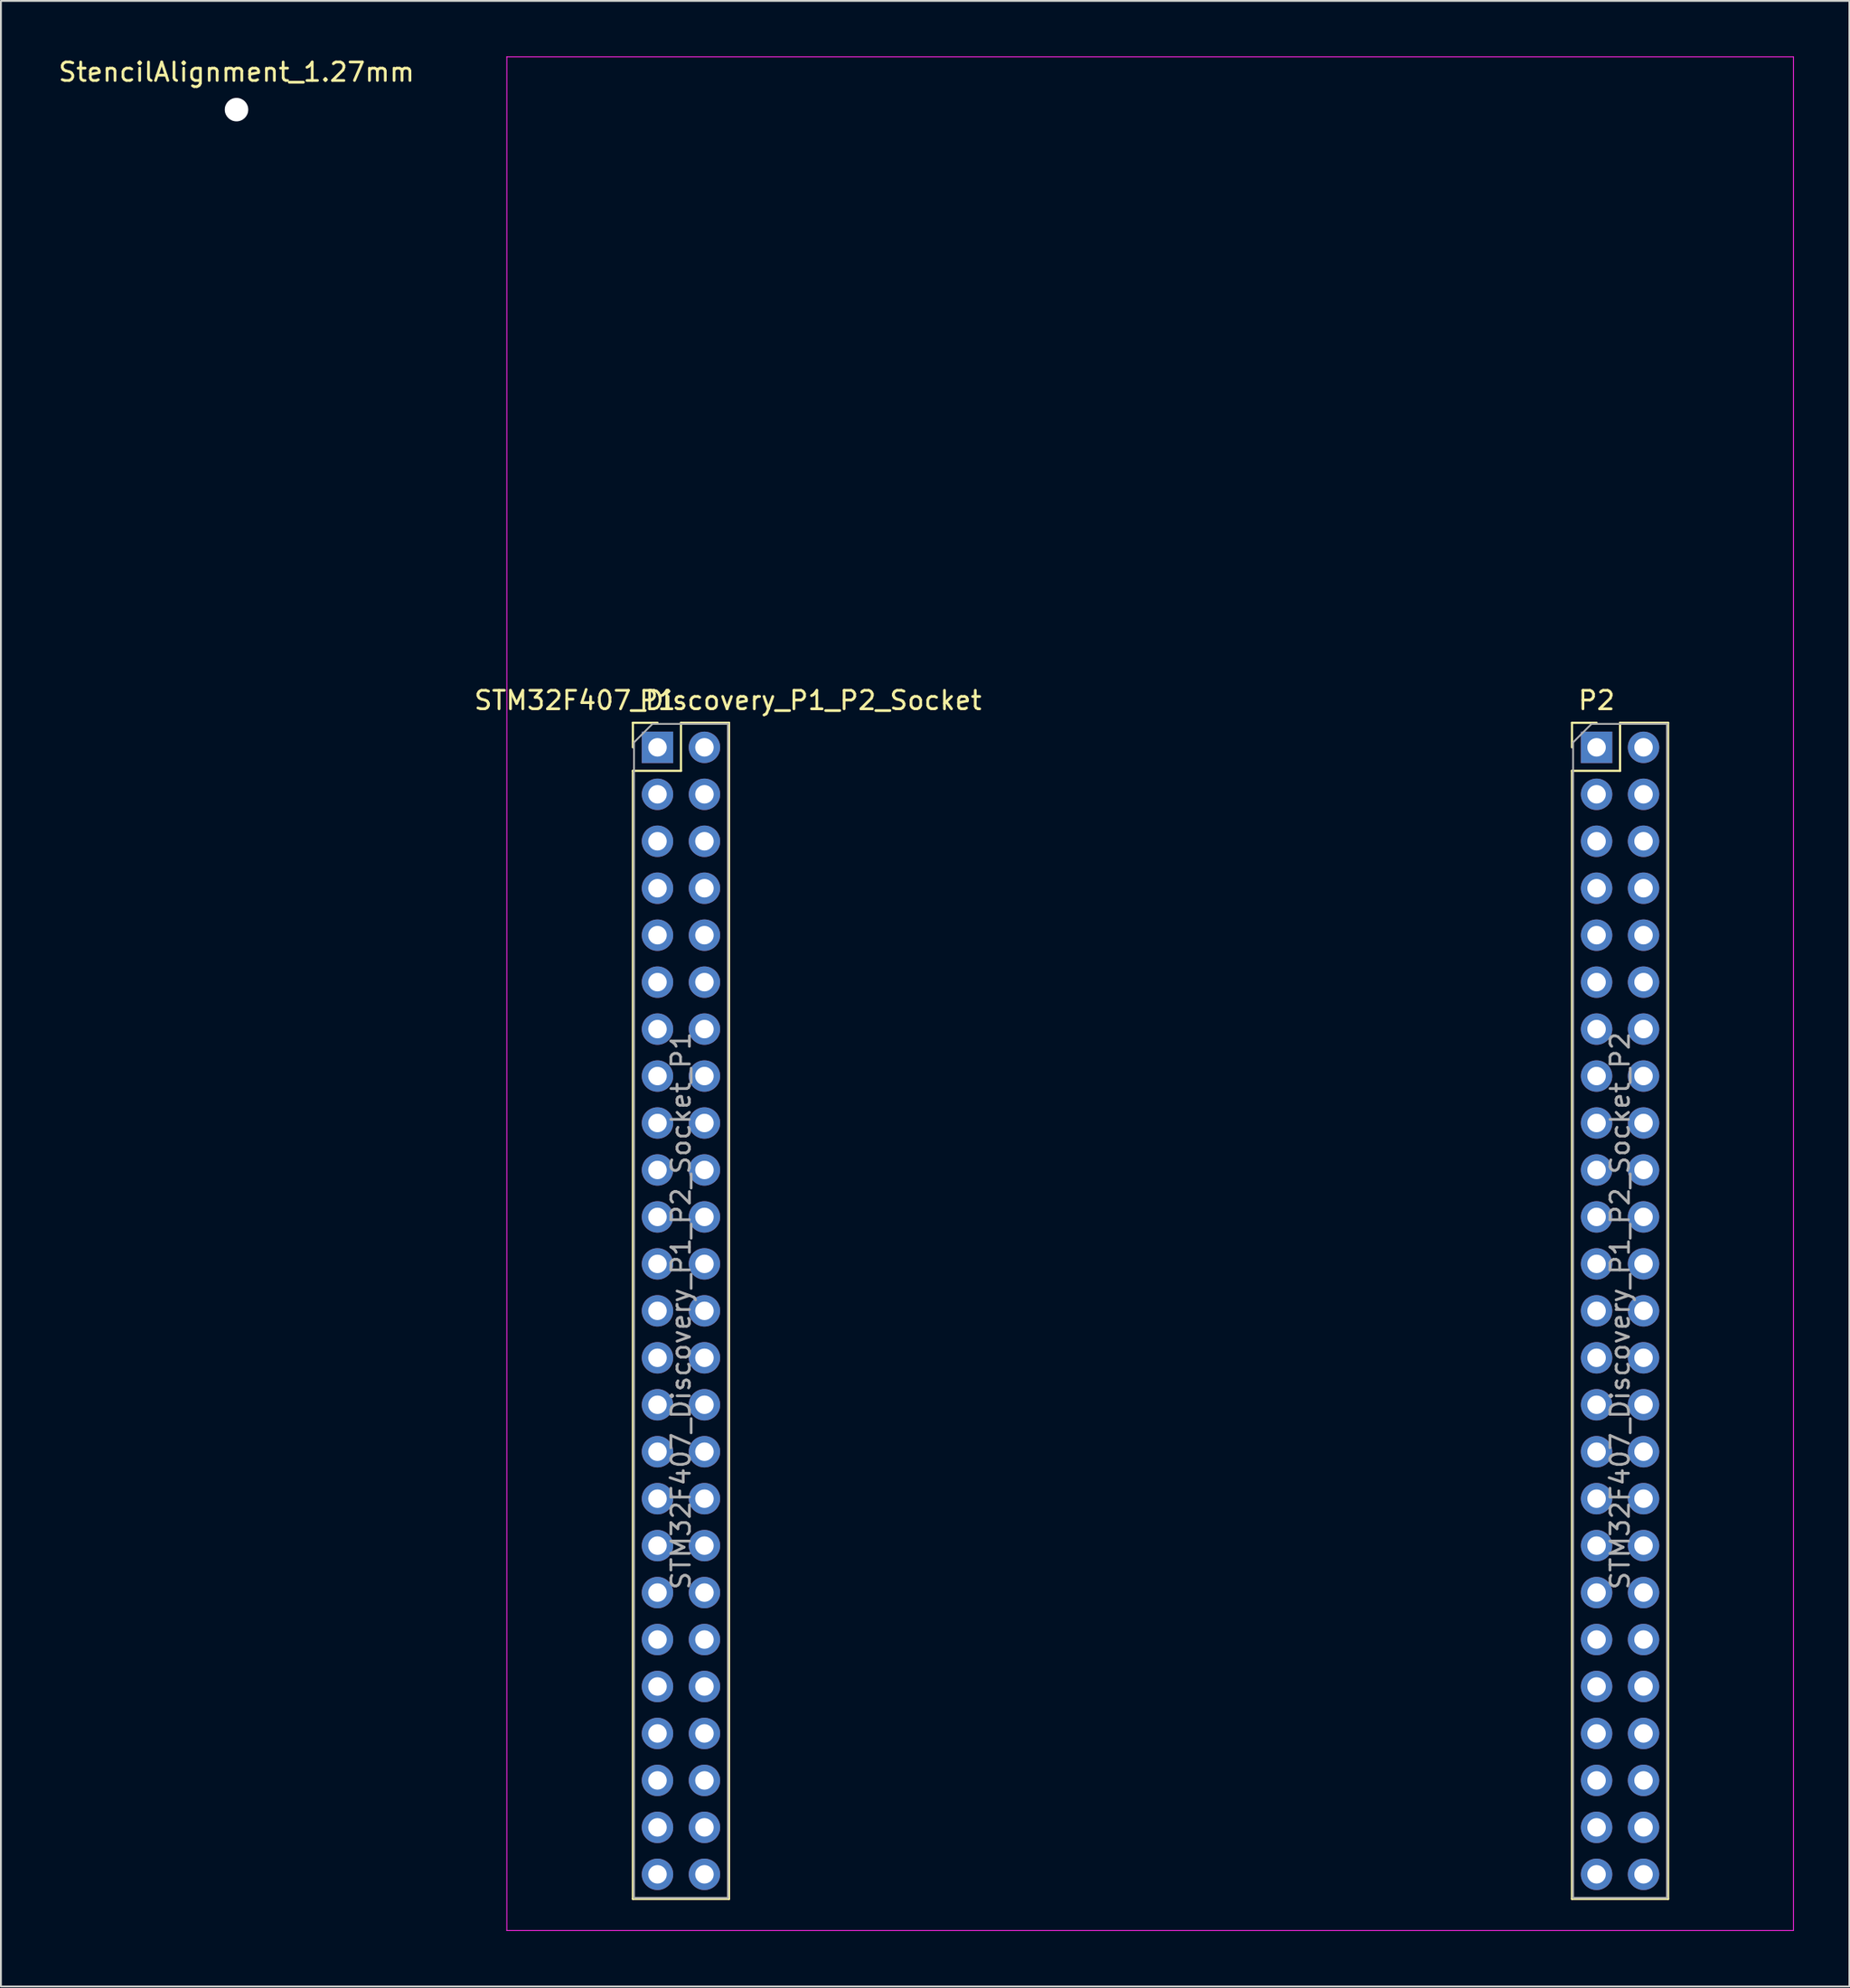
<source format=kicad_pcb>
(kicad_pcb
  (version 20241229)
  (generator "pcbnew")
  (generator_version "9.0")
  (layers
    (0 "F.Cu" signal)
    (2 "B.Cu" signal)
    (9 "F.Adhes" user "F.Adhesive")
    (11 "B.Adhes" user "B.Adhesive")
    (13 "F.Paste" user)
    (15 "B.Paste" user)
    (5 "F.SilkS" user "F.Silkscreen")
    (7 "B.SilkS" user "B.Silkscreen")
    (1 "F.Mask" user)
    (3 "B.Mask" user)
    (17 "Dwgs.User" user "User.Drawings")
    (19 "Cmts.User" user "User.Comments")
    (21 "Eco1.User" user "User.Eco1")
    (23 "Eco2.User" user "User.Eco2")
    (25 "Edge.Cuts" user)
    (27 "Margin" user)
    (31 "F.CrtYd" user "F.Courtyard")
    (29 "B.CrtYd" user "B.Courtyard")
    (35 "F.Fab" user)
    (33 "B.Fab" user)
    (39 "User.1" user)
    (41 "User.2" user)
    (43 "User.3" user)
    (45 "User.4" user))
  (footprint "StencilAlignment_1.27mm"
    (layer "F.Cu")
    (at 9.744 2.88)
    (property "Reference" "StencilAlignment_1.27mm" (at 0 -2.032 0) (layer "F.SilkS") (effects (font (size 1 1) (thickness 0.15))))
    (attr through_hole)
    (pad "" np_thru_hole circle (at 0 0) (size 1.27 1.27) (drill 1.27) (layers "*.Cu" "*.Paste" "*.Mask")))
  (footprint "STM32F407_Discovery_P1_P2_Socket"
    (layer "F.Cu")
    (at 32.517 37.375)
    (property "Reference" "STM32F407_Discovery_P1_P2_Socket" (at 3.81 -2.54 0) (layer "F.SilkS") (effects (font (size 1 1) (thickness 0.15))))
    (attr through_hole)
    (fp_line (start -1.33 -1.33) (end -1.33 0) (stroke (width 0.12) (type solid)) (layer "F.SilkS"))
    (fp_line (start -1.33 -1.33) (end 0 -1.33) (stroke (width 0.12) (type solid)) (layer "F.SilkS"))
    (fp_line (start -1.33 1.27) (end -1.33 62.29) (stroke (width 0.12) (type solid)) (layer "F.SilkS"))
    (fp_line (start -1.33 1.27) (end 1.27 1.27) (stroke (width 0.12) (type solid)) (layer "F.SilkS"))
    (fp_line (start -1.33 62.29) (end 3.87 62.29) (stroke (width 0.12) (type solid)) (layer "F.SilkS"))
    (fp_line (start 1.27 -1.33) (end 1.27 1.27) (stroke (width 0.12) (type solid)) (layer "F.SilkS"))
    (fp_line (start 1.27 -1.33) (end 3.87 -1.33) (stroke (width 0.12) (type solid)) (layer "F.SilkS"))
    (fp_line (start 3.87 -1.33) (end 3.87 62.29) (stroke (width 0.12) (type solid)) (layer "F.SilkS"))
    (fp_line (start 49.47 -1.33) (end 49.47 0) (stroke (width 0.12) (type solid)) (layer "F.SilkS"))
    (fp_line (start 49.47 -1.33) (end 50.8 -1.33) (stroke (width 0.12) (type solid)) (layer "F.SilkS"))
    (fp_line (start 49.47 1.27) (end 49.47 62.29) (stroke (width 0.12) (type solid)) (layer "F.SilkS"))
    (fp_line (start 49.47 1.27) (end 52.07 1.27) (stroke (width 0.12) (type solid)) (layer "F.SilkS"))
    (fp_line (start 49.47 62.29) (end 54.67 62.29) (stroke (width 0.12) (type solid)) (layer "F.SilkS"))
    (fp_line (start 52.07 -1.33) (end 52.07 1.27) (stroke (width 0.12) (type solid)) (layer "F.SilkS"))
    (fp_line (start 52.07 -1.33) (end 54.67 -1.33) (stroke (width 0.12) (type solid)) (layer "F.SilkS"))
    (fp_line (start 54.67 -1.33) (end 54.67 62.29) (stroke (width 0.12) (type solid)) (layer "F.SilkS"))
    (fp_line (start -8.15 -37.35) (end 61.45 -37.35) (stroke (width 0.05) (type solid)) (layer "F.CrtYd"))
    (fp_line (start -8.15 64) (end -8.15 -37.35) (stroke (width 0.05) (type solid)) (layer "F.CrtYd"))
    (fp_line (start 61.45 -37.35) (end 61.45 64) (stroke (width 0.05) (type solid)) (layer "F.CrtYd"))
    (fp_line (start 61.45 64) (end -8.15 64) (stroke (width 0.05) (type solid)) (layer "F.CrtYd"))
    (fp_line (start -1.27 -0.27) (end -1.27 62.23) (stroke (width 0.1) (type solid)) (layer "F.Fab"))
    (fp_line (start -0.27 -1.27) (end -1.27 -0.27) (stroke (width 0.1) (type solid)) (layer "F.Fab"))
    (fp_line (start -0.27 -1.27) (end 3.81 -1.27) (stroke (width 0.1) (type solid)) (layer "F.Fab"))
    (fp_line (start 3.81 62.23) (end -1.27 62.23) (stroke (width 0.1) (type solid)) (layer "F.Fab"))
    (fp_line (start 3.81 62.23) (end 3.81 -1.27) (stroke (width 0.1) (type solid)) (layer "F.Fab"))
    (fp_line (start 49.53 -0.27) (end 49.53 62.23) (stroke (width 0.1) (type solid)) (layer "F.Fab"))
    (fp_line (start 50.53 -1.27) (end 49.53 -0.27) (stroke (width 0.1) (type solid)) (layer "F.Fab"))
    (fp_line (start 50.53 -1.27) (end 54.61 -1.27) (stroke (width 0.1) (type solid)) (layer "F.Fab"))
    (fp_line (start 54.61 62.23) (end 49.53 62.23) (stroke (width 0.1) (type solid)) (layer "F.Fab"))
    (fp_line (start 54.61 62.23) (end 54.61 -1.27) (stroke (width 0.1) (type solid)) (layer "F.Fab"))
    (fp_text user "P1" (at 0 -2.54 0) (layer "F.SilkS") (effects (font (size 1 1) (thickness 0.15))))
    (fp_text user "P2" (at 50.8 -2.54 0) (layer "F.SilkS") (effects (font (size 1 1) (thickness 0.15))))
    (fp_text user "${REFERENCE}_P2" (at 52.07 30.48 90) (layer "F.Fab") (effects (font (size 1 1) (thickness 0.15))))
    (fp_text user "${REFERENCE}_P1" (at 1.27 30.48 90) (layer "F.Fab") (effects (font (size 1 1) (thickness 0.15))))
    (pad "P1_1" thru_hole rect (at 0 0) (size 1.7 1.7) (drill 1) (layers "*.Cu" "*.Mask"))
    (pad "P1_2" thru_hole oval (at 2.54 0) (size 1.7 1.7) (drill 1) (layers "*.Cu" "*.Mask"))
    (pad "P1_3" thru_hole oval (at 0 2.54) (size 1.7 1.7) (drill 1) (layers "*.Cu" "*.Mask"))
    (pad "P1_4" thru_hole oval (at 2.54 2.54) (size 1.7 1.7) (drill 1) (layers "*.Cu" "*.Mask"))
    (pad "P1_5" thru_hole oval (at 0 5.08) (size 1.7 1.7) (drill 1) (layers "*.Cu" "*.Mask"))
    (pad "P1_6" thru_hole oval (at 2.54 5.08) (size 1.7 1.7) (drill 1) (layers "*.Cu" "*.Mask"))
    (pad "P1_7" thru_hole oval (at 0 7.62) (size 1.7 1.7) (drill 1) (layers "*.Cu" "*.Mask"))
    (pad "P1_8" thru_hole oval (at 2.54 7.62) (size 1.7 1.7) (drill 1) (layers "*.Cu" "*.Mask"))
    (pad "P1_9" thru_hole oval (at 0 10.16) (size 1.7 1.7) (drill 1) (layers "*.Cu" "*.Mask"))
    (pad "P1_10" thru_hole oval (at 2.54 10.16) (size 1.7 1.7) (drill 1) (layers "*.Cu" "*.Mask"))
    (pad "P1_11" thru_hole oval (at 0 12.7) (size 1.7 1.7) (drill 1) (layers "*.Cu" "*.Mask"))
    (pad "P1_12" thru_hole oval (at 2.54 12.7) (size 1.7 1.7) (drill 1) (layers "*.Cu" "*.Mask"))
    (pad "P1_13" thru_hole oval (at 0 15.24) (size 1.7 1.7) (drill 1) (layers "*.Cu" "*.Mask"))
    (pad "P1_14" thru_hole oval (at 2.54 15.24) (size 1.7 1.7) (drill 1) (layers "*.Cu" "*.Mask"))
    (pad "P1_15" thru_hole oval (at 0 17.78) (size 1.7 1.7) (drill 1) (layers "*.Cu" "*.Mask"))
    (pad "P1_16" thru_hole oval (at 2.54 17.78) (size 1.7 1.7) (drill 1) (layers "*.Cu" "*.Mask"))
    (pad "P1_17" thru_hole oval (at 0 20.32) (size 1.7 1.7) (drill 1) (layers "*.Cu" "*.Mask"))
    (pad "P1_18" thru_hole oval (at 2.54 20.32) (size 1.7 1.7) (drill 1) (layers "*.Cu" "*.Mask"))
    (pad "P1_19" thru_hole oval (at 0 22.86) (size 1.7 1.7) (drill 1) (layers "*.Cu" "*.Mask"))
    (pad "P1_20" thru_hole oval (at 2.54 22.86) (size 1.7 1.7) (drill 1) (layers "*.Cu" "*.Mask"))
    (pad "P1_21" thru_hole oval (at 0 25.4) (size 1.7 1.7) (drill 1) (layers "*.Cu" "*.Mask"))
    (pad "P1_22" thru_hole oval (at 2.54 25.4) (size 1.7 1.7) (drill 1) (layers "*.Cu" "*.Mask"))
    (pad "P1_23" thru_hole oval (at 0 27.94) (size 1.7 1.7) (drill 1) (layers "*.Cu" "*.Mask"))
    (pad "P1_24" thru_hole oval (at 2.54 27.94) (size 1.7 1.7) (drill 1) (layers "*.Cu" "*.Mask"))
    (pad "P1_25" thru_hole oval (at 0 30.48) (size 1.7 1.7) (drill 1) (layers "*.Cu" "*.Mask"))
    (pad "P1_26" thru_hole oval (at 2.54 30.48) (size 1.7 1.7) (drill 1) (layers "*.Cu" "*.Mask"))
    (pad "P1_27" thru_hole oval (at 0 33.02) (size 1.7 1.7) (drill 1) (layers "*.Cu" "*.Mask"))
    (pad "P1_28" thru_hole oval (at 2.54 33.02) (size 1.7 1.7) (drill 1) (layers "*.Cu" "*.Mask"))
    (pad "P1_29" thru_hole oval (at 0 35.56) (size 1.7 1.7) (drill 1) (layers "*.Cu" "*.Mask"))
    (pad "P1_30" thru_hole oval (at 2.54 35.56) (size 1.7 1.7) (drill 1) (layers "*.Cu" "*.Mask"))
    (pad "P1_31" thru_hole oval (at 0 38.1) (size 1.7 1.7) (drill 1) (layers "*.Cu" "*.Mask"))
    (pad "P1_32" thru_hole oval (at 2.54 38.1) (size 1.7 1.7) (drill 1) (layers "*.Cu" "*.Mask"))
    (pad "P1_33" thru_hole oval (at 0 40.64) (size 1.7 1.7) (drill 1) (layers "*.Cu" "*.Mask"))
    (pad "P1_34" thru_hole oval (at 2.54 40.64) (size 1.7 1.7) (drill 1) (layers "*.Cu" "*.Mask"))
    (pad "P1_35" thru_hole oval (at 0 43.18) (size 1.7 1.7) (drill 1) (layers "*.Cu" "*.Mask"))
    (pad "P1_36" thru_hole oval (at 2.54 43.18) (size 1.7 1.7) (drill 1) (layers "*.Cu" "*.Mask"))
    (pad "P1_37" thru_hole oval (at 0 45.72) (size 1.7 1.7) (drill 1) (layers "*.Cu" "*.Mask"))
    (pad "P1_38" thru_hole oval (at 2.54 45.72) (size 1.7 1.7) (drill 1) (layers "*.Cu" "*.Mask"))
    (pad "P1_39" thru_hole oval (at 0 48.26) (size 1.7 1.7) (drill 1) (layers "*.Cu" "*.Mask"))
    (pad "P1_40" thru_hole oval (at 2.54 48.26) (size 1.7 1.7) (drill 1) (layers "*.Cu" "*.Mask"))
    (pad "P1_41" thru_hole oval (at 0 50.8) (size 1.7 1.7) (drill 1) (layers "*.Cu" "*.Mask"))
    (pad "P1_42" thru_hole oval (at 2.54 50.8) (size 1.7 1.7) (drill 1) (layers "*.Cu" "*.Mask"))
    (pad "P1_43" thru_hole oval (at 0 53.34) (size 1.7 1.7) (drill 1) (layers "*.Cu" "*.Mask"))
    (pad "P1_44" thru_hole oval (at 2.54 53.34) (size 1.7 1.7) (drill 1) (layers "*.Cu" "*.Mask"))
    (pad "P1_45" thru_hole oval (at 0 55.88) (size 1.7 1.7) (drill 1) (layers "*.Cu" "*.Mask"))
    (pad "P1_46" thru_hole oval (at 2.54 55.88) (size 1.7 1.7) (drill 1) (layers "*.Cu" "*.Mask"))
    (pad "P1_47" thru_hole oval (at 0 58.42) (size 1.7 1.7) (drill 1) (layers "*.Cu" "*.Mask"))
    (pad "P1_48" thru_hole oval (at 2.54 58.42) (size 1.7 1.7) (drill 1) (layers "*.Cu" "*.Mask"))
    (pad "P1_49" thru_hole oval (at 0 60.96) (size 1.7 1.7) (drill 1) (layers "*.Cu" "*.Mask"))
    (pad "P1_50" thru_hole oval (at 2.54 60.96) (size 1.7 1.7) (drill 1) (layers "*.Cu" "*.Mask"))
    (pad "P2_1" thru_hole rect (at 50.8 0) (size 1.7 1.7) (drill 1) (layers "*.Cu" "*.Mask"))
    (pad "P2_2" thru_hole oval (at 53.34 0) (size 1.7 1.7) (drill 1) (layers "*.Cu" "*.Mask"))
    (pad "P2_3" thru_hole oval (at 50.8 2.54) (size 1.7 1.7) (drill 1) (layers "*.Cu" "*.Mask"))
    (pad "P2_4" thru_hole oval (at 53.34 2.54) (size 1.7 1.7) (drill 1) (layers "*.Cu" "*.Mask"))
    (pad "P2_5" thru_hole oval (at 50.8 5.08) (size 1.7 1.7) (drill 1) (layers "*.Cu" "*.Mask"))
    (pad "P2_6" thru_hole oval (at 53.34 5.08) (size 1.7 1.7) (drill 1) (layers "*.Cu" "*.Mask"))
    (pad "P2_7" thru_hole oval (at 50.8 7.62) (size 1.7 1.7) (drill 1) (layers "*.Cu" "*.Mask"))
    (pad "P2_8" thru_hole oval (at 53.34 7.62) (size 1.7 1.7) (drill 1) (layers "*.Cu" "*.Mask"))
    (pad "P2_9" thru_hole oval (at 50.8 10.16) (size 1.7 1.7) (drill 1) (layers "*.Cu" "*.Mask"))
    (pad "P2_10" thru_hole oval (at 53.34 10.16) (size 1.7 1.7) (drill 1) (layers "*.Cu" "*.Mask"))
    (pad "P2_11" thru_hole oval (at 50.8 12.7) (size 1.7 1.7) (drill 1) (layers "*.Cu" "*.Mask"))
    (pad "P2_12" thru_hole oval (at 53.34 12.7) (size 1.7 1.7) (drill 1) (layers "*.Cu" "*.Mask"))
    (pad "P2_13" thru_hole oval (at 50.8 15.24) (size 1.7 1.7) (drill 1) (layers "*.Cu" "*.Mask"))
    (pad "P2_14" thru_hole oval (at 53.34 15.24) (size 1.7 1.7) (drill 1) (layers "*.Cu" "*.Mask"))
    (pad "P2_15" thru_hole oval (at 50.8 17.78) (size 1.7 1.7) (drill 1) (layers "*.Cu" "*.Mask"))
    (pad "P2_16" thru_hole oval (at 53.34 17.78) (size 1.7 1.7) (drill 1) (layers "*.Cu" "*.Mask"))
    (pad "P2_17" thru_hole oval (at 50.8 20.32) (size 1.7 1.7) (drill 1) (layers "*.Cu" "*.Mask"))
    (pad "P2_18" thru_hole oval (at 53.34 20.32) (size 1.7 1.7) (drill 1) (layers "*.Cu" "*.Mask"))
    (pad "P2_19" thru_hole oval (at 50.8 22.86) (size 1.7 1.7) (drill 1) (layers "*.Cu" "*.Mask"))
    (pad "P2_20" thru_hole oval (at 53.34 22.86) (size 1.7 1.7) (drill 1) (layers "*.Cu" "*.Mask"))
    (pad "P2_21" thru_hole oval (at 50.8 25.4) (size 1.7 1.7) (drill 1) (layers "*.Cu" "*.Mask"))
    (pad "P2_22" thru_hole oval (at 53.34 25.4) (size 1.7 1.7) (drill 1) (layers "*.Cu" "*.Mask"))
    (pad "P2_23" thru_hole oval (at 50.8 27.94) (size 1.7 1.7) (drill 1) (layers "*.Cu" "*.Mask"))
    (pad "P2_24" thru_hole oval (at 53.34 27.94) (size 1.7 1.7) (drill 1) (layers "*.Cu" "*.Mask"))
    (pad "P2_25" thru_hole oval (at 50.8 30.48) (size 1.7 1.7) (drill 1) (layers "*.Cu" "*.Mask"))
    (pad "P2_26" thru_hole oval (at 53.34 30.48) (size 1.7 1.7) (drill 1) (layers "*.Cu" "*.Mask"))
    (pad "P2_27" thru_hole oval (at 50.8 33.02) (size 1.7 1.7) (drill 1) (layers "*.Cu" "*.Mask"))
    (pad "P2_28" thru_hole oval (at 53.34 33.02) (size 1.7 1.7) (drill 1) (layers "*.Cu" "*.Mask"))
    (pad "P2_29" thru_hole oval (at 50.8 35.56) (size 1.7 1.7) (drill 1) (layers "*.Cu" "*.Mask"))
    (pad "P2_30" thru_hole oval (at 53.34 35.56) (size 1.7 1.7) (drill 1) (layers "*.Cu" "*.Mask"))
    (pad "P2_31" thru_hole oval (at 50.8 38.1) (size 1.7 1.7) (drill 1) (layers "*.Cu" "*.Mask"))
    (pad "P2_32" thru_hole oval (at 53.34 38.1) (size 1.7 1.7) (drill 1) (layers "*.Cu" "*.Mask"))
    (pad "P2_33" thru_hole oval (at 50.8 40.64) (size 1.7 1.7) (drill 1) (layers "*.Cu" "*.Mask"))
    (pad "P2_34" thru_hole oval (at 53.34 40.64) (size 1.7 1.7) (drill 1) (layers "*.Cu" "*.Mask"))
    (pad "P2_35" thru_hole oval (at 50.8 43.18) (size 1.7 1.7) (drill 1) (layers "*.Cu" "*.Mask"))
    (pad "P2_36" thru_hole oval (at 53.34 43.18) (size 1.7 1.7) (drill 1) (layers "*.Cu" "*.Mask"))
    (pad "P2_37" thru_hole oval (at 50.8 45.72) (size 1.7 1.7) (drill 1) (layers "*.Cu" "*.Mask"))
    (pad "P2_38" thru_hole oval (at 53.34 45.72) (size 1.7 1.7) (drill 1) (layers "*.Cu" "*.Mask"))
    (pad "P2_39" thru_hole oval (at 50.8 48.26) (size 1.7 1.7) (drill 1) (layers "*.Cu" "*.Mask"))
    (pad "P2_40" thru_hole oval (at 53.34 48.26) (size 1.7 1.7) (drill 1) (layers "*.Cu" "*.Mask"))
    (pad "P2_41" thru_hole oval (at 50.8 50.8) (size 1.7 1.7) (drill 1) (layers "*.Cu" "*.Mask"))
    (pad "P2_42" thru_hole oval (at 53.34 50.8) (size 1.7 1.7) (drill 1) (layers "*.Cu" "*.Mask"))
    (pad "P2_43" thru_hole oval (at 50.8 53.34) (size 1.7 1.7) (drill 1) (layers "*.Cu" "*.Mask"))
    (pad "P2_44" thru_hole oval (at 53.34 53.34) (size 1.7 1.7) (drill 1) (layers "*.Cu" "*.Mask"))
    (pad "P2_45" thru_hole oval (at 50.8 55.88) (size 1.7 1.7) (drill 1) (layers "*.Cu" "*.Mask"))
    (pad "P2_46" thru_hole oval (at 53.34 55.88) (size 1.7 1.7) (drill 1) (layers "*.Cu" "*.Mask"))
    (pad "P2_47" thru_hole oval (at 50.8 58.42) (size 1.7 1.7) (drill 1) (layers "*.Cu" "*.Mask"))
    (pad "P2_48" thru_hole oval (at 53.34 58.42) (size 1.7 1.7) (drill 1) (layers "*.Cu" "*.Mask"))
    (pad "P2_49" thru_hole oval (at 50.8 60.96) (size 1.7 1.7) (drill 1) (layers "*.Cu" "*.Mask"))
    (pad "P2_50" thru_hole oval (at 53.34 60.96) (size 1.7 1.7) (drill 1) (layers "*.Cu" "*.Mask")))
  (gr_rect
    (start -3 -3)
    (end 96.992 104.4)
    (stroke (width 0.1) (type default))
    (fill no)
    (layer "Edge.Cuts")))
</source>
